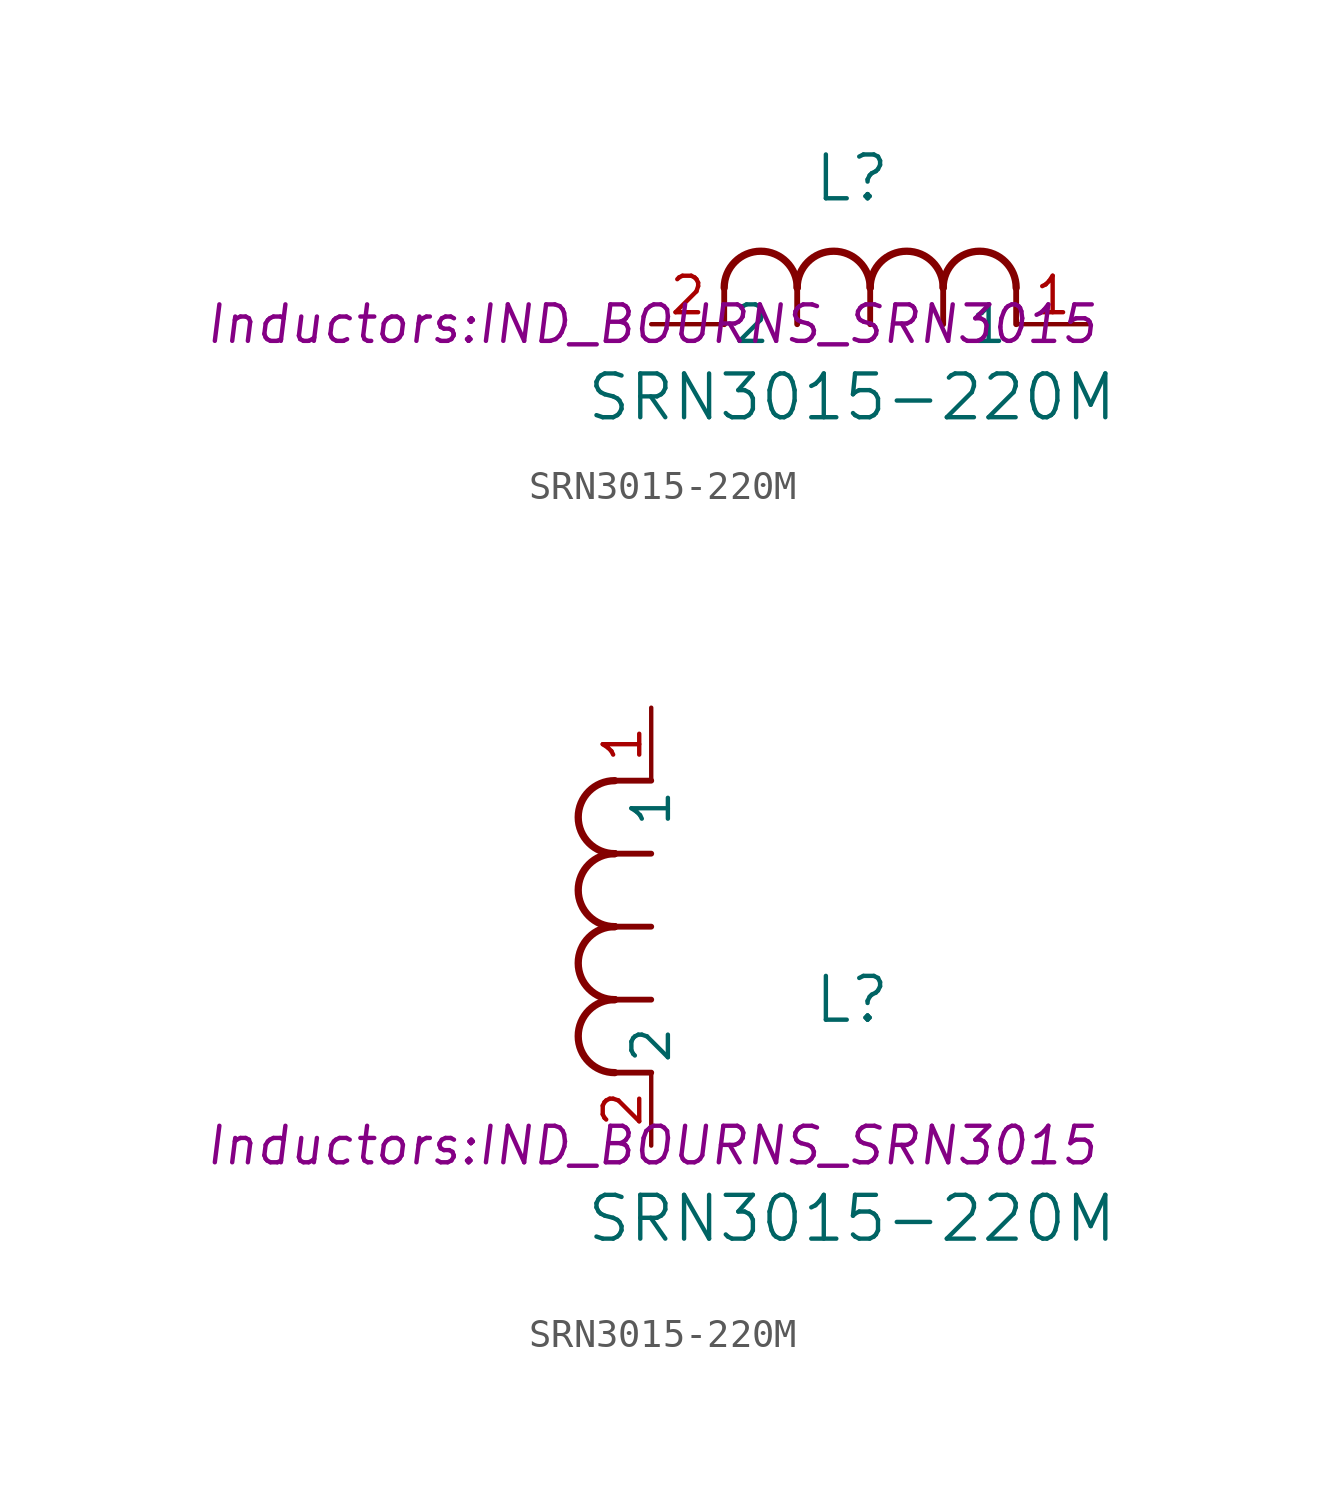
<source format=kicad_sym>
(kicad_symbol_lib
  (version 20241209)
  (generator "kicad_symbol_editor")
  (generator_version "9.0")
  (symbol "SRN3015-220M"
    (pin_names
      (offset 0.254))
    (property "Reference" "L"
      (at 6.985 5.08 0)
      (effects (font (size 1.524 1.524))))
    (property "Value" "SRN3015-220M"
      (at 6.985 -2.54 0)
      (effects (font (size 1.524 1.524))))
    (property "Footprint" "Inductors:IND_BOURNS_SRN3015"
      (at 0 0 0)
      (effects (font (size 1.27 1.27) (italic yes))))
    (symbol "SRN3015-220M_1_1"
      (polyline (pts (xy 2.54 0) (xy 2.54 1.27)) (stroke (width 0.203) (type default)) (fill (type none)))
      (arc (start 2.54 1.27) (mid 3.81 2.5344) (end 5.08 1.27) (stroke (width 0.254) (type default)) (fill (type none)))
      (polyline (pts (xy 5.08 0) (xy 5.08 1.27)) (stroke (width 0.203) (type default)) (fill (type none)))
      (arc (start 5.08 1.27) (mid 6.35 2.5344) (end 7.62 1.27) (stroke (width 0.254) (type default)) (fill (type none)))
      (polyline (pts (xy 7.62 0) (xy 7.62 1.27)) (stroke (width 0.203) (type default)) (fill (type none)))
      (arc (start 7.62 1.27) (mid 8.89 2.5344) (end 10.16 1.27) (stroke (width 0.254) (type default)) (fill (type none)))
      (polyline (pts (xy 10.16 0) (xy 10.16 1.27)) (stroke (width 0.203) (type default)) (fill (type none)))
      (arc (start 10.16 1.27) (mid 11.43 2.5344) (end 12.7 1.27) (stroke (width 0.254) (type default)) (fill (type none)))
      (polyline (pts (xy 12.7 0) (xy 12.7 1.27)) (stroke (width 0.203) (type default)) (fill (type none)))
      (pin unspecified line (at 0 0 0) (length 2.54) (name "2" (effects (font (size 1.27 1.27)))) (number "2" (effects (font (size 1.27 1.27)))))
      (pin unspecified line (at 15.24 0 180) (length 2.54) (name "1" (effects (font (size 1.27 1.27)))) (number "1" (effects (font (size 1.27 1.27))))))
    (symbol "SRN3015-220M_1_2"
      (arc (start -1.27 10.16) (mid -2.5344 11.43) (end -1.27 12.7) (stroke (width 0.254) (type default)) (fill (type none)))
      (arc (start -1.27 7.62) (mid -2.5344 8.89) (end -1.27 10.16) (stroke (width 0.254) (type default)) (fill (type none)))
      (arc (start -1.27 5.08) (mid -2.5344 6.35) (end -1.27 7.62) (stroke (width 0.254) (type default)) (fill (type none)))
      (arc (start -1.27 2.54) (mid -2.5344 3.81) (end -1.27 5.08) (stroke (width 0.254) (type default)) (fill (type none)))
      (polyline (pts (xy 0 12.7) (xy -1.27 12.7)) (stroke (width 0.203) (type default)) (fill (type none)))
      (polyline (pts (xy 0 10.16) (xy -1.27 10.16)) (stroke (width 0.203) (type default)) (fill (type none)))
      (polyline (pts (xy 0 7.62) (xy -1.27 7.62)) (stroke (width 0.203) (type default)) (fill (type none)))
      (polyline (pts (xy 0 5.08) (xy -1.27 5.08)) (stroke (width 0.203) (type default)) (fill (type none)))
      (polyline (pts (xy 0 2.54) (xy -1.27 2.54)) (stroke (width 0.203) (type default)) (fill (type none)))
      (pin unspecified line (at 0 15.24 270) (length 2.54) (name "1" (effects (font (size 1.27 1.27)))) (number "1" (effects (font (size 1.27 1.27)))))
      (pin unspecified line (at 0 0 90) (length 2.54) (name "2" (effects (font (size 1.27 1.27)))) (number "2" (effects (font (size 1.27 1.27))))))))
</source>
